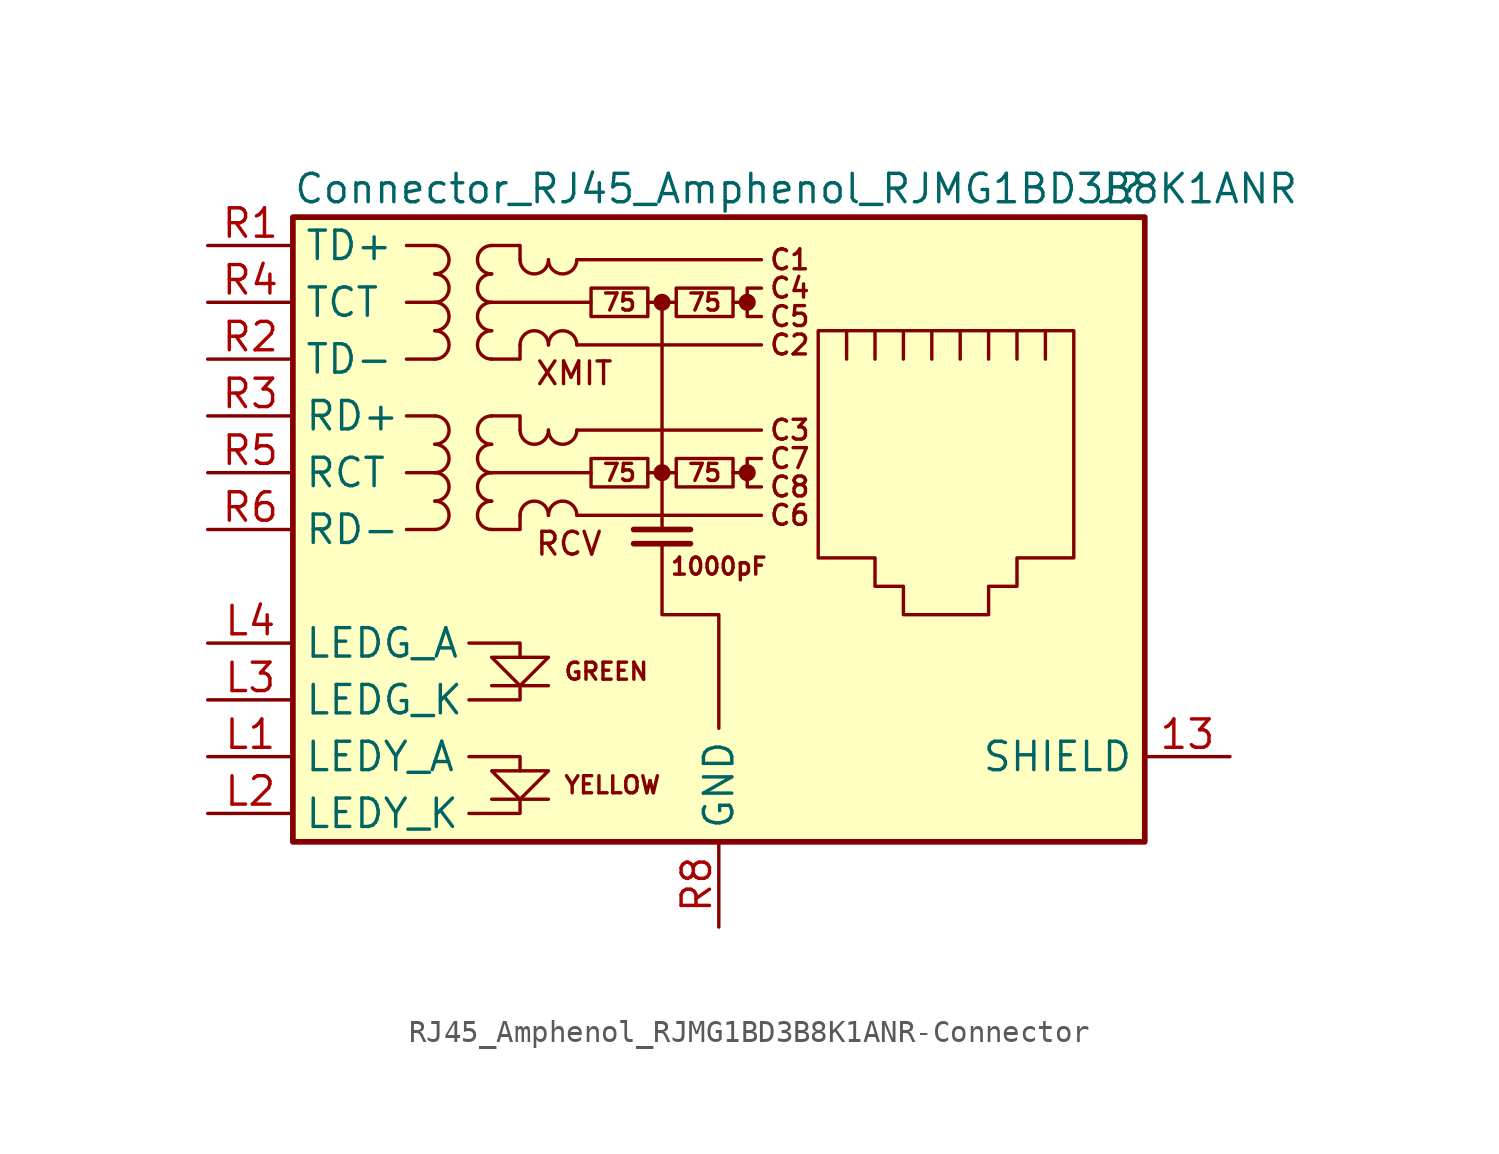
<source format=kicad_sym>
(kicad_symbol_lib
  (version 20220914)
  (generator kicad_symbol_editor)
  (symbol "RJ45_Amphenol_RJMG1BD3B8K1ANR-Connector"
    (property "Reference" "J"
      (at 19.05 15.24 0)
      (effects (font (size 1.27 1.27)) (justify right)))
    (property "Value" "Connector_RJ45_Amphenol_RJMG1BD3B8K1ANR"
      (at -19.05 15.24 0)
      (effects (font (size 1.27 1.27)) (justify left)))
    (symbol "RJ45_Amphenol_RJMG1BD3B8K1ANR-Connector_0_0"
      (circle (center -2.54 2.54) (radius 0.254) (stroke (width 0.254) (type solid)) (fill (type outline)))
      (circle (center -2.54 10.16) (radius 0.254) (stroke (width 0.254) (type solid)) (fill (type outline)))
      (polyline (pts (xy -7.62 -12.065) (xy -10.16 -12.065)) (stroke (width 0) (type solid)) (fill (type none)))
      (polyline (pts (xy -7.62 -6.985) (xy -10.16 -6.985)) (stroke (width 0) (type solid)) (fill (type none)))
      (polyline (pts (xy -2.54 10.16) (xy -2.54 0)) (stroke (width 0) (type solid)) (fill (type none)))
      (polyline (pts (xy -1.27 -0.635) (xy -3.81 -0.635)) (stroke (width 0.254) (type solid)) (fill (type none)))
      (polyline (pts (xy -1.27 0) (xy -3.81 0)) (stroke (width 0.254) (type solid)) (fill (type none)))
      (polyline (pts (xy 1.27 2.54) (xy 0.635 2.54)) (stroke (width 0) (type solid)) (fill (type none)))
      (polyline (pts (xy 1.27 10.16) (xy 0.635 10.16)) (stroke (width 0) (type solid)) (fill (type none)))
      (polyline (pts (xy -11.176 -12.7) (xy -8.89 -12.7) (xy -8.89 -12.065)) (stroke (width 0) (type solid)) (fill (type none)))
      (polyline (pts (xy -11.176 -10.16) (xy -8.89 -10.16) (xy -8.89 -10.795)) (stroke (width 0) (type solid)) (fill (type none)))
      (polyline (pts (xy -11.176 -5.08) (xy -8.89 -5.08) (xy -8.89 -5.715)) (stroke (width 0) (type solid)) (fill (type none)))
      (polyline (pts (xy -8.89 -6.985) (xy -8.89 -7.62) (xy -11.176 -7.62)) (stroke (width 0) (type solid)) (fill (type none)))
      (polyline (pts (xy -10.16 -5.715) (xy -7.62 -5.715) (xy -8.89 -6.985) (xy -10.16 -5.715)) (stroke (width 0) (type solid)) (fill (type none)))
      (polyline (pts (xy -7.62 -10.795) (xy -10.16 -10.795) (xy -8.89 -12.065) (xy -7.62 -10.795)) (stroke (width 0) (type solid)) (fill (type none)))
      (polyline (pts (xy -2.54 -0.635) (xy -2.54 -3.81) (xy 0 -3.81) (xy 0 -8.89)) (stroke (width 0) (type solid)) (fill (type none)))
      (polyline (pts (xy 1.905 3.175) (xy 1.27 3.175) (xy 1.27 1.905) (xy 1.905 1.905)) (stroke (width 0) (type solid)) (fill (type none)))
      (polyline (pts (xy 1.905 10.795) (xy 1.27 10.795) (xy 1.27 9.525) (xy 1.905 9.525)) (stroke (width 0) (type solid)) (fill (type none)))
      (circle (center 1.27 2.54) (radius 0.254) (stroke (width 0.254) (type solid)) (fill (type outline)))
      (circle (center 1.27 10.16) (radius 0.254) (stroke (width 0.254) (type solid)) (fill (type outline)))
      (text "1000pF" (at 0 -1.651 0) (effects (font (size 0.762 0.762))))
      (text "75" (at -4.445 2.54 0) (effects (font (size 0.762 0.762))))
      (text "75" (at -4.445 10.16 0) (effects (font (size 0.762 0.762))))
      (text "75" (at -0.635 2.54 0) (effects (font (size 0.762 0.762))))
      (text "75" (at -0.635 10.16 0) (effects (font (size 0.762 0.762))))
      (text "C1" (at 3.175 12.065 0) (effects (font (size 0.889 0.889))))
      (text "C2" (at 3.175 8.255 0) (effects (font (size 0.889 0.889))))
      (text "C3" (at 3.175 4.445 0) (effects (font (size 0.889 0.889))))
      (text "C4" (at 3.175 10.795 0) (effects (font (size 0.889 0.889))))
      (text "C5" (at 3.175 9.525 0) (effects (font (size 0.889 0.889))))
      (text "C6" (at 3.175 0.635 0) (effects (font (size 0.889 0.889))))
      (text "C7" (at 3.175 3.175 0) (effects (font (size 0.889 0.889))))
      (text "C8" (at 3.175 1.905 0) (effects (font (size 0.889 0.889))))
      (text "GREEN" (at -6.985 -6.35 0) (effects (font (size 0.762 0.762)) (justify left)))
      (text "RCV" (at -8.255 -0.635 0) (effects (font (size 1.016 1.016)) (justify left)))
      (text "XMIT" (at -8.255 6.985 0) (effects (font (size 1.016 1.016)) (justify left)))
      (text "YELLOW" (at -6.985 -11.43 0) (effects (font (size 0.762 0.762)) (justify left))))
    (symbol "RJ45_Amphenol_RJMG1BD3B8K1ANR-Connector_0_1"
      (rectangle (start -19.05 -13.97) (end 19.05 13.97) (stroke (width 0.254) (type solid)) (fill (type background)))
      (arc (start -12.7 0) (mid -12.0677 0.635) (end -12.7 1.27) (stroke (width 0) (type solid)) (fill (type none)))
      (arc (start -12.7 1.27) (mid -12.0677 1.905) (end -12.7 2.54) (stroke (width 0) (type solid)) (fill (type none)))
      (arc (start -12.7 2.54) (mid -12.0677 3.175) (end -12.7 3.81) (stroke (width 0) (type solid)) (fill (type none)))
      (arc (start -12.7 3.81) (mid -12.0677 4.445) (end -12.7 5.08) (stroke (width 0) (type solid)) (fill (type none)))
      (arc (start -12.7 7.62) (mid -12.0677 8.255) (end -12.7 8.89) (stroke (width 0) (type solid)) (fill (type none)))
      (arc (start -12.7 8.89) (mid -12.0677 9.525) (end -12.7 10.16) (stroke (width 0) (type solid)) (fill (type none)))
      (arc (start -12.7 10.16) (mid -12.0677 10.795) (end -12.7 11.43) (stroke (width 0) (type solid)) (fill (type none)))
      (arc (start -12.7 11.43) (mid -12.0677 12.065) (end -12.7 12.7) (stroke (width 0) (type solid)) (fill (type none)))
      (arc (start -10.16 1.27) (mid -10.7922 0.635) (end -10.16 0) (stroke (width 0) (type solid)) (fill (type none)))
      (arc (start -10.16 2.54) (mid -10.7922 1.905) (end -10.16 1.27) (stroke (width 0) (type solid)) (fill (type none)))
      (arc (start -10.16 3.81) (mid -10.7922 3.175) (end -10.16 2.54) (stroke (width 0) (type solid)) (fill (type none)))
      (arc (start -10.16 5.08) (mid -10.7922 4.445) (end -10.16 3.81) (stroke (width 0) (type solid)) (fill (type none)))
      (arc (start -10.16 8.89) (mid -10.7922 8.255) (end -10.16 7.62) (stroke (width 0) (type solid)) (fill (type none)))
      (arc (start -10.16 10.16) (mid -10.7922 9.525) (end -10.16 8.89) (stroke (width 0) (type solid)) (fill (type none)))
      (arc (start -10.16 11.43) (mid -10.7922 10.795) (end -10.16 10.16) (stroke (width 0) (type solid)) (fill (type none)))
      (arc (start -10.16 12.7) (mid -10.7922 12.065) (end -10.16 11.43) (stroke (width 0) (type solid)) (fill (type none)))
      (arc (start -8.89 4.445) (mid -8.255 3.8127) (end -7.62 4.445) (stroke (width 0) (type solid)) (fill (type none)))
      (arc (start -8.89 12.065) (mid -8.255 11.4327) (end -7.62 12.065) (stroke (width 0) (type solid)) (fill (type none)))
      (arc (start -7.62 0.635) (mid -8.255 1.2672) (end -8.89 0.635) (stroke (width 0) (type solid)) (fill (type none)))
      (arc (start -7.62 4.445) (mid -6.985 3.8127) (end -6.35 4.445) (stroke (width 0) (type solid)) (fill (type none)))
      (arc (start -7.62 8.255) (mid -8.255 8.8872) (end -8.89 8.255) (stroke (width 0) (type solid)) (fill (type none)))
      (arc (start -7.62 12.065) (mid -6.985 11.4327) (end -6.35 12.065) (stroke (width 0) (type solid)) (fill (type none)))
      (arc (start -6.35 0.635) (mid -6.985 1.2672) (end -7.62 0.635) (stroke (width 0) (type solid)) (fill (type none)))
      (arc (start -6.35 8.255) (mid -6.985 8.8872) (end -7.62 8.255) (stroke (width 0) (type solid)) (fill (type none)))
      (rectangle (start -5.715 3.175) (end -3.175 1.905) (stroke (width 0) (type solid)) (fill (type none)))
      (rectangle (start -5.715 10.795) (end -3.175 9.525) (stroke (width 0) (type solid)) (fill (type none)))
      (rectangle (start -1.905 3.175) (end 0.635 1.905) (stroke (width 0) (type solid)) (fill (type none)))
      (rectangle (start -1.905 10.795) (end 0.635 9.525) (stroke (width 0) (type solid)) (fill (type none)))
      (polyline (pts (xy -12.7 0) (xy -13.97 0)) (stroke (width 0) (type solid)) (fill (type none)))
      (polyline (pts (xy -12.7 2.54) (xy -13.97 2.54)) (stroke (width 0) (type solid)) (fill (type none)))
      (polyline (pts (xy -12.7 5.08) (xy -13.97 5.08)) (stroke (width 0) (type solid)) (fill (type none)))
      (polyline (pts (xy -12.7 7.62) (xy -13.97 7.62)) (stroke (width 0) (type solid)) (fill (type none)))
      (polyline (pts (xy -12.7 10.16) (xy -13.97 10.16)) (stroke (width 0) (type solid)) (fill (type none)))
      (polyline (pts (xy -12.7 12.7) (xy -13.97 12.7)) (stroke (width 0) (type solid)) (fill (type none)))
      (polyline (pts (xy -6.35 0.635) (xy 1.905 0.635)) (stroke (width 0) (type solid)) (fill (type none)))
      (polyline (pts (xy -6.35 4.445) (xy 1.905 4.445)) (stroke (width 0) (type solid)) (fill (type none)))
      (polyline (pts (xy -6.35 8.255) (xy 1.905 8.255)) (stroke (width 0) (type solid)) (fill (type none)))
      (polyline (pts (xy -6.35 12.065) (xy 1.905 12.065)) (stroke (width 0) (type solid)) (fill (type none)))
      (polyline (pts (xy -5.715 2.54) (xy -10.16 2.54)) (stroke (width 0) (type solid)) (fill (type none)))
      (polyline (pts (xy -5.715 10.16) (xy -10.16 10.16)) (stroke (width 0) (type solid)) (fill (type none)))
      (polyline (pts (xy -3.175 2.54) (xy -1.905 2.54)) (stroke (width 0) (type solid)) (fill (type none)))
      (polyline (pts (xy -3.175 10.16) (xy -1.905 10.16)) (stroke (width 0) (type solid)) (fill (type none)))
      (polyline (pts (xy 5.715 7.62) (xy 5.715 8.89)) (stroke (width 0) (type solid)) (fill (type none)))
      (polyline (pts (xy 6.985 8.89) (xy 6.985 7.62)) (stroke (width 0) (type solid)) (fill (type none)))
      (polyline (pts (xy 8.255 8.89) (xy 8.255 7.62)) (stroke (width 0) (type solid)) (fill (type none)))
      (polyline (pts (xy 9.525 8.89) (xy 9.525 7.62)) (stroke (width 0) (type solid)) (fill (type none)))
      (polyline (pts (xy 10.795 8.89) (xy 10.795 7.62)) (stroke (width 0) (type solid)) (fill (type none)))
      (polyline (pts (xy 12.065 8.89) (xy 12.065 7.62)) (stroke (width 0) (type solid)) (fill (type none)))
      (polyline (pts (xy 13.335 7.62) (xy 13.335 8.89)) (stroke (width 0) (type solid)) (fill (type none)))
      (polyline (pts (xy 14.605 7.62) (xy 14.605 8.89)) (stroke (width 0) (type solid)) (fill (type none)))
      (polyline (pts (xy -10.16 5.08) (xy -8.89 5.08) (xy -8.89 4.445)) (stroke (width 0) (type solid)) (fill (type none)))
      (polyline (pts (xy -10.16 12.7) (xy -8.89 12.7) (xy -8.89 12.065)) (stroke (width 0) (type solid)) (fill (type none)))
      (polyline (pts (xy -8.89 0.635) (xy -8.89 0) (xy -10.16 0)) (stroke (width 0) (type solid)) (fill (type none)))
      (polyline (pts (xy -8.89 8.255) (xy -8.89 7.62) (xy -10.16 7.62)) (stroke (width 0) (type solid)) (fill (type none)))
      (polyline (pts (xy 4.445 8.89) (xy 15.875 8.89) (xy 15.875 -1.27) (xy 13.335 -1.27) (xy 13.335 -2.54) (xy 12.065 -2.54) (xy 12.065 -3.81) (xy 8.255 -3.81) (xy 8.255 -2.54) (xy 6.985 -2.54) (xy 6.985 -1.27) (xy 4.445 -1.27) (xy 4.445 8.89)) (stroke (width 0) (type solid)) (fill (type none))))
    (symbol "RJ45_Amphenol_RJMG1BD3B8K1ANR-Connector_1_1"
      (pin passive line (at 22.86 -10.16 180) (length 3.81) (name "SHIELD" (effects (font (size 1.27 1.27)))) (number "13" (effects (font (size 1.27 1.27)))))
      (pin passive line (at -22.86 -10.16 0) (length 3.81) (name "LEDY_A" (effects (font (size 1.27 1.27)))) (number "L1" (effects (font (size 1.27 1.27)))))
      (pin passive line (at -22.86 -12.7 0) (length 3.81) (name "LEDY_K" (effects (font (size 1.27 1.27)))) (number "L2" (effects (font (size 1.27 1.27)))))
      (pin passive line (at -22.86 -7.62 0) (length 3.81) (name "LEDG_K" (effects (font (size 1.27 1.27)))) (number "L3" (effects (font (size 1.27 1.27)))))
      (pin passive line (at -22.86 -5.08 0) (length 3.81) (name "LEDG_A" (effects (font (size 1.27 1.27)))) (number "L4" (effects (font (size 1.27 1.27)))))
      (pin passive line (at -22.86 12.7 0) (length 3.81) (name "TD+" (effects (font (size 1.27 1.27)))) (number "R1" (effects (font (size 1.27 1.27)))))
      (pin passive line (at -22.86 7.62 0) (length 3.81) (name "TD-" (effects (font (size 1.27 1.27)))) (number "R2" (effects (font (size 1.27 1.27)))))
      (pin passive line (at -22.86 5.08 0) (length 3.81) (name "RD+" (effects (font (size 1.27 1.27)))) (number "R3" (effects (font (size 1.27 1.27)))))
      (pin passive line (at -22.86 10.16 0) (length 3.81) (name "TCT" (effects (font (size 1.27 1.27)))) (number "R4" (effects (font (size 1.27 1.27)))))
      (pin passive line (at -22.86 2.54 0) (length 3.81) (name "RCT" (effects (font (size 1.27 1.27)))) (number "R5" (effects (font (size 1.27 1.27)))))
      (pin passive line (at -22.86 0 0) (length 3.81) (name "RD-" (effects (font (size 1.27 1.27)))) (number "R6" (effects (font (size 1.27 1.27)))))
      (pin no_connect line (at 5.08 -5.08 0) (length 0) hide (name "NC" (effects (font (size 1.27 1.27)))) (number "R7" (effects (font (size 1.27 1.27)))))
      (pin power_in line (at 0 -17.78 90) (length 3.81) (name "GND" (effects (font (size 1.27 1.27)))) (number "R8" (effects (font (size 1.27 1.27))))))))
</source>
